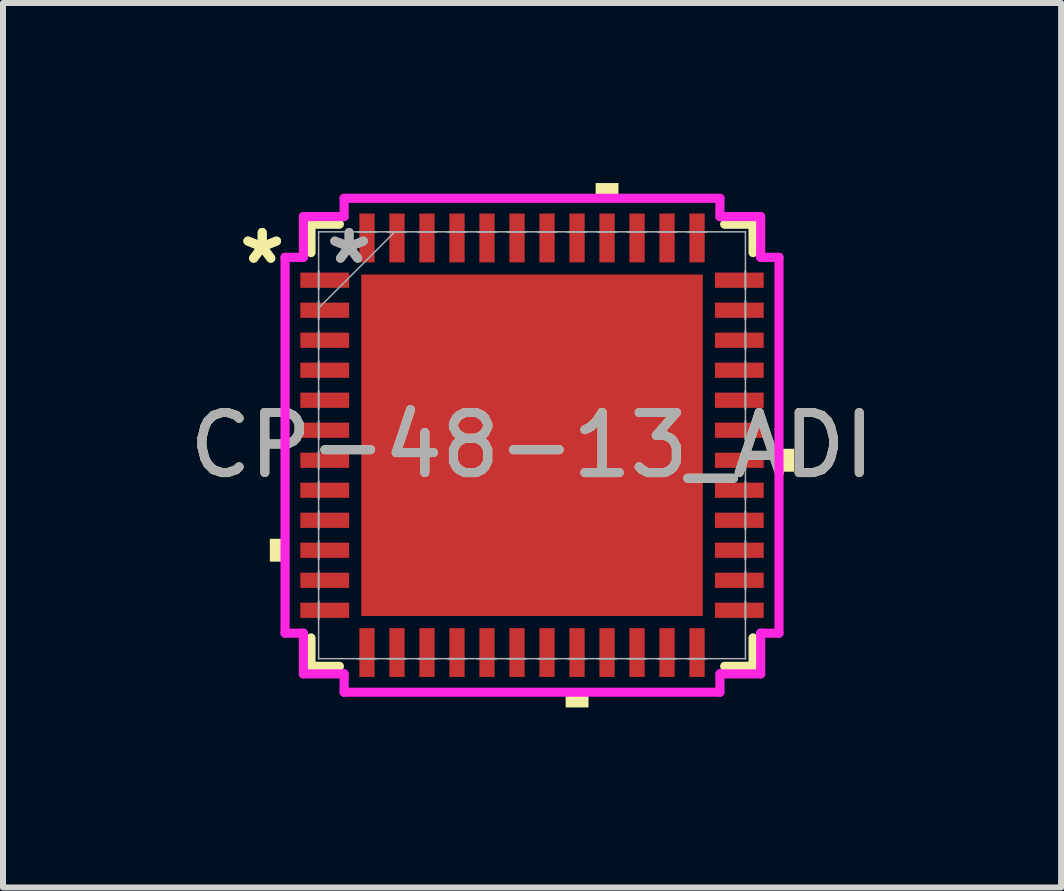
<source format=kicad_pcb>
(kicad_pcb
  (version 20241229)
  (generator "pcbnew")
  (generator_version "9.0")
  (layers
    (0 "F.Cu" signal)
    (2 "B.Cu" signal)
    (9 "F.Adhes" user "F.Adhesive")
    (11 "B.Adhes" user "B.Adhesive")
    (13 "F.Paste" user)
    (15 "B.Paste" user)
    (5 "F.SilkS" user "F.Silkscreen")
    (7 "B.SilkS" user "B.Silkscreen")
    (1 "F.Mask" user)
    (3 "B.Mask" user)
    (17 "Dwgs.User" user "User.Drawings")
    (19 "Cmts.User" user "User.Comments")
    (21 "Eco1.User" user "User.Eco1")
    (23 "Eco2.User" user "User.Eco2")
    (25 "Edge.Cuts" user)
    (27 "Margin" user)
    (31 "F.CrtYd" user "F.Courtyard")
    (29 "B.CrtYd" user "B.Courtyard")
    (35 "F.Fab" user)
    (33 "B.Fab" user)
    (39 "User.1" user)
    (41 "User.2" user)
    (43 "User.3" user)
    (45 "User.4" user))
  (footprint "CP-48-13_ADI"
    (layer "F.Cu")
    (at 5.815 4.369)
    (property "Reference" "CP-48-13_ADI" (at 0 0 0) (unlocked yes) (layer "F.SilkS") (effects (font (size 1 1) (thickness 0.15))))
    (attr smd)
    (fp_line (start -3.683 -3.683) (end -3.683 -3.21) (stroke (width 0.152) (type solid)) (layer "F.SilkS"))
    (fp_line (start -3.683 3.21) (end -3.683 3.683) (stroke (width 0.152) (type solid)) (layer "F.SilkS"))
    (fp_line (start -3.683 3.683) (end -3.21 3.683) (stroke (width 0.152) (type solid)) (layer "F.SilkS"))
    (fp_line (start -3.21 -3.683) (end -3.683 -3.683) (stroke (width 0.152) (type solid)) (layer "F.SilkS"))
    (fp_line (start 3.21 3.683) (end 3.683 3.683) (stroke (width 0.152) (type solid)) (layer "F.SilkS"))
    (fp_line (start 3.683 -3.683) (end 3.21 -3.683) (stroke (width 0.152) (type solid)) (layer "F.SilkS"))
    (fp_line (start 3.683 -3.21) (end 3.683 -3.683) (stroke (width 0.152) (type solid)) (layer "F.SilkS"))
    (fp_line (start 3.683 3.683) (end 3.683 3.21) (stroke (width 0.152) (type solid)) (layer "F.SilkS"))
    (fp_poly (pts (xy -4.369 1.559) (xy -4.369 1.94) (xy -4.115 1.94) (xy -4.115 1.559)) (stroke (width 0) (type solid)) (fill yes) (layer "F.SilkS"))
    (fp_poly (pts (xy 0.56 4.115) (xy 0.56 4.369) (xy 0.941 4.369) (xy 0.941 4.115)) (stroke (width 0) (type solid)) (fill yes) (layer "F.SilkS"))
    (fp_poly (pts (xy 1.06 -4.115) (xy 1.06 -4.369) (xy 1.44 -4.369) (xy 1.44 -4.115)) (stroke (width 0) (type solid)) (fill yes) (layer "F.SilkS"))
    (fp_poly (pts (xy 4.369 0.059) (xy 4.369 0.441) (xy 4.115 0.441) (xy 4.115 0.059)) (stroke (width 0) (type solid)) (fill yes) (layer "F.SilkS"))
    (fp_poly (pts (xy -2.745 -2.745) (xy -2.745 -1.522) (xy -1.522 -1.522) (xy -1.522 -2.745)) (stroke (width 0) (type solid)) (fill yes) (layer "F.Paste"))
    (fp_poly (pts (xy -2.745 -1.322) (xy -2.745 -0.1) (xy -1.522 -0.1) (xy -1.522 -1.322)) (stroke (width 0) (type solid)) (fill yes) (layer "F.Paste"))
    (fp_poly (pts (xy -2.745 0.1) (xy -2.745 1.322) (xy -1.522 1.322) (xy -1.522 0.1)) (stroke (width 0) (type solid)) (fill yes) (layer "F.Paste"))
    (fp_poly (pts (xy -2.745 1.522) (xy -2.745 2.745) (xy -1.522 2.745) (xy -1.522 1.522)) (stroke (width 0) (type solid)) (fill yes) (layer "F.Paste"))
    (fp_poly (pts (xy -1.322 -2.745) (xy -1.322 -1.522) (xy -0.1 -1.522) (xy -0.1 -2.745)) (stroke (width 0) (type solid)) (fill yes) (layer "F.Paste"))
    (fp_poly (pts (xy -1.322 -1.322) (xy -1.322 -0.1) (xy -0.1 -0.1) (xy -0.1 -1.322)) (stroke (width 0) (type solid)) (fill yes) (layer "F.Paste"))
    (fp_poly (pts (xy -1.322 0.1) (xy -1.322 1.322) (xy -0.1 1.322) (xy -0.1 0.1)) (stroke (width 0) (type solid)) (fill yes) (layer "F.Paste"))
    (fp_poly (pts (xy -1.322 1.522) (xy -1.322 2.745) (xy -0.1 2.745) (xy -0.1 1.522)) (stroke (width 0) (type solid)) (fill yes) (layer "F.Paste"))
    (fp_poly (pts (xy 0.1 -2.745) (xy 0.1 -1.522) (xy 1.322 -1.522) (xy 1.322 -2.745)) (stroke (width 0) (type solid)) (fill yes) (layer "F.Paste"))
    (fp_poly (pts (xy 0.1 -1.322) (xy 0.1 -0.1) (xy 1.322 -0.1) (xy 1.322 -1.322)) (stroke (width 0) (type solid)) (fill yes) (layer "F.Paste"))
    (fp_poly (pts (xy 0.1 0.1) (xy 0.1 1.322) (xy 1.322 1.322) (xy 1.322 0.1)) (stroke (width 0) (type solid)) (fill yes) (layer "F.Paste"))
    (fp_poly (pts (xy 0.1 1.522) (xy 0.1 2.745) (xy 1.322 2.745) (xy 1.322 1.522)) (stroke (width 0) (type solid)) (fill yes) (layer "F.Paste"))
    (fp_poly (pts (xy 1.522 -2.745) (xy 1.522 -1.522) (xy 2.745 -1.522) (xy 2.745 -2.745)) (stroke (width 0) (type solid)) (fill yes) (layer "F.Paste"))
    (fp_poly (pts (xy 1.522 -1.322) (xy 1.522 -0.1) (xy 2.745 -0.1) (xy 2.745 -1.322)) (stroke (width 0) (type solid)) (fill yes) (layer "F.Paste"))
    (fp_poly (pts (xy 1.522 0.1) (xy 1.522 1.322) (xy 2.745 1.322) (xy 2.745 0.1)) (stroke (width 0) (type solid)) (fill yes) (layer "F.Paste"))
    (fp_poly (pts (xy 1.522 1.522) (xy 1.522 2.745) (xy 2.745 2.745) (xy 2.745 1.522)) (stroke (width 0) (type solid)) (fill yes) (layer "F.Paste"))
    (fp_line (start -4.115 -3.131) (end -3.81 -3.131) (stroke (width 0.152) (type solid)) (layer "F.CrtYd"))
    (fp_line (start -4.115 3.131) (end -4.115 -3.131) (stroke (width 0.152) (type solid)) (layer "F.CrtYd"))
    (fp_line (start -3.81 -3.81) (end -3.131 -3.81) (stroke (width 0.152) (type solid)) (layer "F.CrtYd"))
    (fp_line (start -3.81 -3.131) (end -3.81 -3.81) (stroke (width 0.152) (type solid)) (layer "F.CrtYd"))
    (fp_line (start -3.81 3.131) (end -4.115 3.131) (stroke (width 0.152) (type solid)) (layer "F.CrtYd"))
    (fp_line (start -3.81 3.81) (end -3.81 3.131) (stroke (width 0.152) (type solid)) (layer "F.CrtYd"))
    (fp_line (start -3.131 -4.115) (end 3.131 -4.115) (stroke (width 0.152) (type solid)) (layer "F.CrtYd"))
    (fp_line (start -3.131 -3.81) (end -3.131 -4.115) (stroke (width 0.152) (type solid)) (layer "F.CrtYd"))
    (fp_line (start -3.131 3.81) (end -3.81 3.81) (stroke (width 0.152) (type solid)) (layer "F.CrtYd"))
    (fp_line (start -3.131 4.115) (end -3.131 3.81) (stroke (width 0.152) (type solid)) (layer "F.CrtYd"))
    (fp_line (start 3.131 -4.115) (end 3.131 -3.81) (stroke (width 0.152) (type solid)) (layer "F.CrtYd"))
    (fp_line (start 3.131 -3.81) (end 3.81 -3.81) (stroke (width 0.152) (type solid)) (layer "F.CrtYd"))
    (fp_line (start 3.131 3.81) (end 3.131 4.115) (stroke (width 0.152) (type solid)) (layer "F.CrtYd"))
    (fp_line (start 3.131 4.115) (end -3.131 4.115) (stroke (width 0.152) (type solid)) (layer "F.CrtYd"))
    (fp_line (start 3.81 -3.81) (end 3.81 -3.131) (stroke (width 0.152) (type solid)) (layer "F.CrtYd"))
    (fp_line (start 3.81 -3.131) (end 4.115 -3.131) (stroke (width 0.152) (type solid)) (layer "F.CrtYd"))
    (fp_line (start 3.81 3.131) (end 3.81 3.81) (stroke (width 0.152) (type solid)) (layer "F.CrtYd"))
    (fp_line (start 3.81 3.81) (end 3.131 3.81) (stroke (width 0.152) (type solid)) (layer "F.CrtYd"))
    (fp_line (start 4.115 -3.131) (end 4.115 3.131) (stroke (width 0.152) (type solid)) (layer "F.CrtYd"))
    (fp_line (start 4.115 3.131) (end 3.81 3.131) (stroke (width 0.152) (type solid)) (layer "F.CrtYd"))
    (fp_line (start -3.556 -3.556) (end -3.556 -3.556) (stroke (width 0.025) (type solid)) (layer "F.Fab"))
    (fp_line (start -3.556 -3.556) (end -3.556 3.556) (stroke (width 0.025) (type solid)) (layer "F.Fab"))
    (fp_line (start -3.556 -2.902) (end -3.556 -2.902) (stroke (width 0.025) (type solid)) (layer "F.Fab"))
    (fp_line (start -3.556 -2.902) (end -3.556 -2.598) (stroke (width 0.025) (type solid)) (layer "F.Fab"))
    (fp_line (start -3.556 -2.598) (end -3.556 -2.902) (stroke (width 0.025) (type solid)) (layer "F.Fab"))
    (fp_line (start -3.556 -2.598) (end -3.556 -2.598) (stroke (width 0.025) (type solid)) (layer "F.Fab"))
    (fp_line (start -3.556 -2.402) (end -3.556 -2.402) (stroke (width 0.025) (type solid)) (layer "F.Fab"))
    (fp_line (start -3.556 -2.402) (end -3.556 -2.098) (stroke (width 0.025) (type solid)) (layer "F.Fab"))
    (fp_line (start -3.556 -2.286) (end -2.286 -3.556) (stroke (width 0.025) (type solid)) (layer "F.Fab"))
    (fp_line (start -3.556 -2.098) (end -3.556 -2.402) (stroke (width 0.025) (type solid)) (layer "F.Fab"))
    (fp_line (start -3.556 -2.098) (end -3.556 -2.098) (stroke (width 0.025) (type solid)) (layer "F.Fab"))
    (fp_line (start -3.556 -1.902) (end -3.556 -1.902) (stroke (width 0.025) (type solid)) (layer "F.Fab"))
    (fp_line (start -3.556 -1.902) (end -3.556 -1.598) (stroke (width 0.025) (type solid)) (layer "F.Fab"))
    (fp_line (start -3.556 -1.598) (end -3.556 -1.902) (stroke (width 0.025) (type solid)) (layer "F.Fab"))
    (fp_line (start -3.556 -1.598) (end -3.556 -1.598) (stroke (width 0.025) (type solid)) (layer "F.Fab"))
    (fp_line (start -3.556 -1.402) (end -3.556 -1.402) (stroke (width 0.025) (type solid)) (layer "F.Fab"))
    (fp_line (start -3.556 -1.402) (end -3.556 -1.098) (stroke (width 0.025) (type solid)) (layer "F.Fab"))
    (fp_line (start -3.556 -1.098) (end -3.556 -1.402) (stroke (width 0.025) (type solid)) (layer "F.Fab"))
    (fp_line (start -3.556 -1.098) (end -3.556 -1.098) (stroke (width 0.025) (type solid)) (layer "F.Fab"))
    (fp_line (start -3.556 -0.902) (end -3.556 -0.902) (stroke (width 0.025) (type solid)) (layer "F.Fab"))
    (fp_line (start -3.556 -0.902) (end -3.556 -0.598) (stroke (width 0.025) (type solid)) (layer "F.Fab"))
    (fp_line (start -3.556 -0.598) (end -3.556 -0.902) (stroke (width 0.025) (type solid)) (layer "F.Fab"))
    (fp_line (start -3.556 -0.598) (end -3.556 -0.598) (stroke (width 0.025) (type solid)) (layer "F.Fab"))
    (fp_line (start -3.556 -0.402) (end -3.556 -0.402) (stroke (width 0.025) (type solid)) (layer "F.Fab"))
    (fp_line (start -3.556 -0.402) (end -3.556 -0.098) (stroke (width 0.025) (type solid)) (layer "F.Fab"))
    (fp_line (start -3.556 -0.098) (end -3.556 -0.402) (stroke (width 0.025) (type solid)) (layer "F.Fab"))
    (fp_line (start -3.556 -0.098) (end -3.556 -0.098) (stroke (width 0.025) (type solid)) (layer "F.Fab"))
    (fp_line (start -3.556 0.098) (end -3.556 0.098) (stroke (width 0.025) (type solid)) (layer "F.Fab"))
    (fp_line (start -3.556 0.098) (end -3.556 0.402) (stroke (width 0.025) (type solid)) (layer "F.Fab"))
    (fp_line (start -3.556 0.402) (end -3.556 0.098) (stroke (width 0.025) (type solid)) (layer "F.Fab"))
    (fp_line (start -3.556 0.402) (end -3.556 0.402) (stroke (width 0.025) (type solid)) (layer "F.Fab"))
    (fp_line (start -3.556 0.598) (end -3.556 0.598) (stroke (width 0.025) (type solid)) (layer "F.Fab"))
    (fp_line (start -3.556 0.598) (end -3.556 0.902) (stroke (width 0.025) (type solid)) (layer "F.Fab"))
    (fp_line (start -3.556 0.902) (end -3.556 0.598) (stroke (width 0.025) (type solid)) (layer "F.Fab"))
    (fp_line (start -3.556 0.902) (end -3.556 0.902) (stroke (width 0.025) (type solid)) (layer "F.Fab"))
    (fp_line (start -3.556 1.098) (end -3.556 1.098) (stroke (width 0.025) (type solid)) (layer "F.Fab"))
    (fp_line (start -3.556 1.098) (end -3.556 1.402) (stroke (width 0.025) (type solid)) (layer "F.Fab"))
    (fp_line (start -3.556 1.402) (end -3.556 1.098) (stroke (width 0.025) (type solid)) (layer "F.Fab"))
    (fp_line (start -3.556 1.402) (end -3.556 1.402) (stroke (width 0.025) (type solid)) (layer "F.Fab"))
    (fp_line (start -3.556 1.598) (end -3.556 1.598) (stroke (width 0.025) (type solid)) (layer "F.Fab"))
    (fp_line (start -3.556 1.598) (end -3.556 1.902) (stroke (width 0.025) (type solid)) (layer "F.Fab"))
    (fp_line (start -3.556 1.902) (end -3.556 1.598) (stroke (width 0.025) (type solid)) (layer "F.Fab"))
    (fp_line (start -3.556 1.902) (end -3.556 1.902) (stroke (width 0.025) (type solid)) (layer "F.Fab"))
    (fp_line (start -3.556 2.098) (end -3.556 2.098) (stroke (width 0.025) (type solid)) (layer "F.Fab"))
    (fp_line (start -3.556 2.098) (end -3.556 2.402) (stroke (width 0.025) (type solid)) (layer "F.Fab"))
    (fp_line (start -3.556 2.402) (end -3.556 2.098) (stroke (width 0.025) (type solid)) (layer "F.Fab"))
    (fp_line (start -3.556 2.402) (end -3.556 2.402) (stroke (width 0.025) (type solid)) (layer "F.Fab"))
    (fp_line (start -3.556 2.598) (end -3.556 2.598) (stroke (width 0.025) (type solid)) (layer "F.Fab"))
    (fp_line (start -3.556 2.598) (end -3.556 2.902) (stroke (width 0.025) (type solid)) (layer "F.Fab"))
    (fp_line (start -3.556 2.902) (end -3.556 2.598) (stroke (width 0.025) (type solid)) (layer "F.Fab"))
    (fp_line (start -3.556 2.902) (end -3.556 2.902) (stroke (width 0.025) (type solid)) (layer "F.Fab"))
    (fp_line (start -3.556 3.556) (end -3.556 3.556) (stroke (width 0.025) (type solid)) (layer "F.Fab"))
    (fp_line (start -3.556 3.556) (end 3.556 3.556) (stroke (width 0.025) (type solid)) (layer "F.Fab"))
    (fp_line (start -2.902 -3.556) (end -2.902 -3.556) (stroke (width 0.025) (type solid)) (layer "F.Fab"))
    (fp_line (start -2.902 -3.556) (end -2.598 -3.556) (stroke (width 0.025) (type solid)) (layer "F.Fab"))
    (fp_line (start -2.902 3.556) (end -2.902 3.556) (stroke (width 0.025) (type solid)) (layer "F.Fab"))
    (fp_line (start -2.902 3.556) (end -2.598 3.556) (stroke (width 0.025) (type solid)) (layer "F.Fab"))
    (fp_line (start -2.598 -3.556) (end -2.902 -3.556) (stroke (width 0.025) (type solid)) (layer "F.Fab"))
    (fp_line (start -2.598 -3.556) (end -2.598 -3.556) (stroke (width 0.025) (type solid)) (layer "F.Fab"))
    (fp_line (start -2.598 3.556) (end -2.902 3.556) (stroke (width 0.025) (type solid)) (layer "F.Fab"))
    (fp_line (start -2.598 3.556) (end -2.598 3.556) (stroke (width 0.025) (type solid)) (layer "F.Fab"))
    (fp_line (start -2.402 -3.556) (end -2.402 -3.556) (stroke (width 0.025) (type solid)) (layer "F.Fab"))
    (fp_line (start -2.402 -3.556) (end -2.098 -3.556) (stroke (width 0.025) (type solid)) (layer "F.Fab"))
    (fp_line (start -2.402 3.556) (end -2.402 3.556) (stroke (width 0.025) (type solid)) (layer "F.Fab"))
    (fp_line (start -2.402 3.556) (end -2.098 3.556) (stroke (width 0.025) (type solid)) (layer "F.Fab"))
    (fp_line (start -2.098 -3.556) (end -2.402 -3.556) (stroke (width 0.025) (type solid)) (layer "F.Fab"))
    (fp_line (start -2.098 -3.556) (end -2.098 -3.556) (stroke (width 0.025) (type solid)) (layer "F.Fab"))
    (fp_line (start -2.098 3.556) (end -2.402 3.556) (stroke (width 0.025) (type solid)) (layer "F.Fab"))
    (fp_line (start -2.098 3.556) (end -2.098 3.556) (stroke (width 0.025) (type solid)) (layer "F.Fab"))
    (fp_line (start -1.902 -3.556) (end -1.902 -3.556) (stroke (width 0.025) (type solid)) (layer "F.Fab"))
    (fp_line (start -1.902 -3.556) (end -1.598 -3.556) (stroke (width 0.025) (type solid)) (layer "F.Fab"))
    (fp_line (start -1.902 3.556) (end -1.902 3.556) (stroke (width 0.025) (type solid)) (layer "F.Fab"))
    (fp_line (start -1.902 3.556) (end -1.598 3.556) (stroke (width 0.025) (type solid)) (layer "F.Fab"))
    (fp_line (start -1.598 -3.556) (end -1.902 -3.556) (stroke (width 0.025) (type solid)) (layer "F.Fab"))
    (fp_line (start -1.598 -3.556) (end -1.598 -3.556) (stroke (width 0.025) (type solid)) (layer "F.Fab"))
    (fp_line (start -1.598 3.556) (end -1.902 3.556) (stroke (width 0.025) (type solid)) (layer "F.Fab"))
    (fp_line (start -1.598 3.556) (end -1.598 3.556) (stroke (width 0.025) (type solid)) (layer "F.Fab"))
    (fp_line (start -1.402 -3.556) (end -1.402 -3.556) (stroke (width 0.025) (type solid)) (layer "F.Fab"))
    (fp_line (start -1.402 -3.556) (end -1.098 -3.556) (stroke (width 0.025) (type solid)) (layer "F.Fab"))
    (fp_line (start -1.402 3.556) (end -1.402 3.556) (stroke (width 0.025) (type solid)) (layer "F.Fab"))
    (fp_line (start -1.402 3.556) (end -1.098 3.556) (stroke (width 0.025) (type solid)) (layer "F.Fab"))
    (fp_line (start -1.098 -3.556) (end -1.402 -3.556) (stroke (width 0.025) (type solid)) (layer "F.Fab"))
    (fp_line (start -1.098 -3.556) (end -1.098 -3.556) (stroke (width 0.025) (type solid)) (layer "F.Fab"))
    (fp_line (start -1.098 3.556) (end -1.402 3.556) (stroke (width 0.025) (type solid)) (layer "F.Fab"))
    (fp_line (start -1.098 3.556) (end -1.098 3.556) (stroke (width 0.025) (type solid)) (layer "F.Fab"))
    (fp_line (start -0.902 -3.556) (end -0.902 -3.556) (stroke (width 0.025) (type solid)) (layer "F.Fab"))
    (fp_line (start -0.902 -3.556) (end -0.598 -3.556) (stroke (width 0.025) (type solid)) (layer "F.Fab"))
    (fp_line (start -0.902 3.556) (end -0.902 3.556) (stroke (width 0.025) (type solid)) (layer "F.Fab"))
    (fp_line (start -0.902 3.556) (end -0.598 3.556) (stroke (width 0.025) (type solid)) (layer "F.Fab"))
    (fp_line (start -0.598 -3.556) (end -0.902 -3.556) (stroke (width 0.025) (type solid)) (layer "F.Fab"))
    (fp_line (start -0.598 -3.556) (end -0.598 -3.556) (stroke (width 0.025) (type solid)) (layer "F.Fab"))
    (fp_line (start -0.598 3.556) (end -0.902 3.556) (stroke (width 0.025) (type solid)) (layer "F.Fab"))
    (fp_line (start -0.598 3.556) (end -0.598 3.556) (stroke (width 0.025) (type solid)) (layer "F.Fab"))
    (fp_line (start -0.402 -3.556) (end -0.402 -3.556) (stroke (width 0.025) (type solid)) (layer "F.Fab"))
    (fp_line (start -0.402 -3.556) (end -0.098 -3.556) (stroke (width 0.025) (type solid)) (layer "F.Fab"))
    (fp_line (start -0.402 3.556) (end -0.402 3.556) (stroke (width 0.025) (type solid)) (layer "F.Fab"))
    (fp_line (start -0.402 3.556) (end -0.098 3.556) (stroke (width 0.025) (type solid)) (layer "F.Fab"))
    (fp_line (start -0.098 -3.556) (end -0.402 -3.556) (stroke (width 0.025) (type solid)) (layer "F.Fab"))
    (fp_line (start -0.098 -3.556) (end -0.098 -3.556) (stroke (width 0.025) (type solid)) (layer "F.Fab"))
    (fp_line (start -0.098 3.556) (end -0.402 3.556) (stroke (width 0.025) (type solid)) (layer "F.Fab"))
    (fp_line (start -0.098 3.556) (end -0.098 3.556) (stroke (width 0.025) (type solid)) (layer "F.Fab"))
    (fp_line (start 0.098 -3.556) (end 0.098 -3.556) (stroke (width 0.025) (type solid)) (layer "F.Fab"))
    (fp_line (start 0.098 -3.556) (end 0.402 -3.556) (stroke (width 0.025) (type solid)) (layer "F.Fab"))
    (fp_line (start 0.098 3.556) (end 0.098 3.556) (stroke (width 0.025) (type solid)) (layer "F.Fab"))
    (fp_line (start 0.098 3.556) (end 0.402 3.556) (stroke (width 0.025) (type solid)) (layer "F.Fab"))
    (fp_line (start 0.402 -3.556) (end 0.098 -3.556) (stroke (width 0.025) (type solid)) (layer "F.Fab"))
    (fp_line (start 0.402 -3.556) (end 0.402 -3.556) (stroke (width 0.025) (type solid)) (layer "F.Fab"))
    (fp_line (start 0.402 3.556) (end 0.098 3.556) (stroke (width 0.025) (type solid)) (layer "F.Fab"))
    (fp_line (start 0.402 3.556) (end 0.402 3.556) (stroke (width 0.025) (type solid)) (layer "F.Fab"))
    (fp_line (start 0.598 -3.556) (end 0.598 -3.556) (stroke (width 0.025) (type solid)) (layer "F.Fab"))
    (fp_line (start 0.598 -3.556) (end 0.902 -3.556) (stroke (width 0.025) (type solid)) (layer "F.Fab"))
    (fp_line (start 0.598 3.556) (end 0.598 3.556) (stroke (width 0.025) (type solid)) (layer "F.Fab"))
    (fp_line (start 0.598 3.556) (end 0.902 3.556) (stroke (width 0.025) (type solid)) (layer "F.Fab"))
    (fp_line (start 0.902 -3.556) (end 0.598 -3.556) (stroke (width 0.025) (type solid)) (layer "F.Fab"))
    (fp_line (start 0.902 -3.556) (end 0.902 -3.556) (stroke (width 0.025) (type solid)) (layer "F.Fab"))
    (fp_line (start 0.902 3.556) (end 0.598 3.556) (stroke (width 0.025) (type solid)) (layer "F.Fab"))
    (fp_line (start 0.902 3.556) (end 0.902 3.556) (stroke (width 0.025) (type solid)) (layer "F.Fab"))
    (fp_line (start 1.098 -3.556) (end 1.098 -3.556) (stroke (width 0.025) (type solid)) (layer "F.Fab"))
    (fp_line (start 1.098 -3.556) (end 1.402 -3.556) (stroke (width 0.025) (type solid)) (layer "F.Fab"))
    (fp_line (start 1.098 3.556) (end 1.098 3.556) (stroke (width 0.025) (type solid)) (layer "F.Fab"))
    (fp_line (start 1.098 3.556) (end 1.402 3.556) (stroke (width 0.025) (type solid)) (layer "F.Fab"))
    (fp_line (start 1.402 -3.556) (end 1.098 -3.556) (stroke (width 0.025) (type solid)) (layer "F.Fab"))
    (fp_line (start 1.402 -3.556) (end 1.402 -3.556) (stroke (width 0.025) (type solid)) (layer "F.Fab"))
    (fp_line (start 1.402 3.556) (end 1.098 3.556) (stroke (width 0.025) (type solid)) (layer "F.Fab"))
    (fp_line (start 1.402 3.556) (end 1.402 3.556) (stroke (width 0.025) (type solid)) (layer "F.Fab"))
    (fp_line (start 1.598 -3.556) (end 1.598 -3.556) (stroke (width 0.025) (type solid)) (layer "F.Fab"))
    (fp_line (start 1.598 -3.556) (end 1.902 -3.556) (stroke (width 0.025) (type solid)) (layer "F.Fab"))
    (fp_line (start 1.598 3.556) (end 1.598 3.556) (stroke (width 0.025) (type solid)) (layer "F.Fab"))
    (fp_line (start 1.598 3.556) (end 1.902 3.556) (stroke (width 0.025) (type solid)) (layer "F.Fab"))
    (fp_line (start 1.902 -3.556) (end 1.598 -3.556) (stroke (width 0.025) (type solid)) (layer "F.Fab"))
    (fp_line (start 1.902 -3.556) (end 1.902 -3.556) (stroke (width 0.025) (type solid)) (layer "F.Fab"))
    (fp_line (start 1.902 3.556) (end 1.598 3.556) (stroke (width 0.025) (type solid)) (layer "F.Fab"))
    (fp_line (start 1.902 3.556) (end 1.902 3.556) (stroke (width 0.025) (type solid)) (layer "F.Fab"))
    (fp_line (start 2.098 -3.556) (end 2.098 -3.556) (stroke (width 0.025) (type solid)) (layer "F.Fab"))
    (fp_line (start 2.098 -3.556) (end 2.402 -3.556) (stroke (width 0.025) (type solid)) (layer "F.Fab"))
    (fp_line (start 2.098 3.556) (end 2.098 3.556) (stroke (width 0.025) (type solid)) (layer "F.Fab"))
    (fp_line (start 2.098 3.556) (end 2.402 3.556) (stroke (width 0.025) (type solid)) (layer "F.Fab"))
    (fp_line (start 2.402 -3.556) (end 2.098 -3.556) (stroke (width 0.025) (type solid)) (layer "F.Fab"))
    (fp_line (start 2.402 -3.556) (end 2.402 -3.556) (stroke (width 0.025) (type solid)) (layer "F.Fab"))
    (fp_line (start 2.402 3.556) (end 2.098 3.556) (stroke (width 0.025) (type solid)) (layer "F.Fab"))
    (fp_line (start 2.402 3.556) (end 2.402 3.556) (stroke (width 0.025) (type solid)) (layer "F.Fab"))
    (fp_line (start 2.598 -3.556) (end 2.598 -3.556) (stroke (width 0.025) (type solid)) (layer "F.Fab"))
    (fp_line (start 2.598 -3.556) (end 2.902 -3.556) (stroke (width 0.025) (type solid)) (layer "F.Fab"))
    (fp_line (start 2.598 3.556) (end 2.598 3.556) (stroke (width 0.025) (type solid)) (layer "F.Fab"))
    (fp_line (start 2.598 3.556) (end 2.902 3.556) (stroke (width 0.025) (type solid)) (layer "F.Fab"))
    (fp_line (start 2.902 -3.556) (end 2.598 -3.556) (stroke (width 0.025) (type solid)) (layer "F.Fab"))
    (fp_line (start 2.902 -3.556) (end 2.902 -3.556) (stroke (width 0.025) (type solid)) (layer "F.Fab"))
    (fp_line (start 2.902 3.556) (end 2.598 3.556) (stroke (width 0.025) (type solid)) (layer "F.Fab"))
    (fp_line (start 2.902 3.556) (end 2.902 3.556) (stroke (width 0.025) (type solid)) (layer "F.Fab"))
    (fp_line (start 3.556 -3.556) (end -3.556 -3.556) (stroke (width 0.025) (type solid)) (layer "F.Fab"))
    (fp_line (start 3.556 -3.556) (end 3.556 -3.556) (stroke (width 0.025) (type solid)) (layer "F.Fab"))
    (fp_line (start 3.556 -2.902) (end 3.556 -2.902) (stroke (width 0.025) (type solid)) (layer "F.Fab"))
    (fp_line (start 3.556 -2.902) (end 3.556 -2.598) (stroke (width 0.025) (type solid)) (layer "F.Fab"))
    (fp_line (start 3.556 -2.598) (end 3.556 -2.902) (stroke (width 0.025) (type solid)) (layer "F.Fab"))
    (fp_line (start 3.556 -2.598) (end 3.556 -2.598) (stroke (width 0.025) (type solid)) (layer "F.Fab"))
    (fp_line (start 3.556 -2.402) (end 3.556 -2.402) (stroke (width 0.025) (type solid)) (layer "F.Fab"))
    (fp_line (start 3.556 -2.402) (end 3.556 -2.098) (stroke (width 0.025) (type solid)) (layer "F.Fab"))
    (fp_line (start 3.556 -2.098) (end 3.556 -2.402) (stroke (width 0.025) (type solid)) (layer "F.Fab"))
    (fp_line (start 3.556 -2.098) (end 3.556 -2.098) (stroke (width 0.025) (type solid)) (layer "F.Fab"))
    (fp_line (start 3.556 -1.902) (end 3.556 -1.902) (stroke (width 0.025) (type solid)) (layer "F.Fab"))
    (fp_line (start 3.556 -1.902) (end 3.556 -1.598) (stroke (width 0.025) (type solid)) (layer "F.Fab"))
    (fp_line (start 3.556 -1.598) (end 3.556 -1.902) (stroke (width 0.025) (type solid)) (layer "F.Fab"))
    (fp_line (start 3.556 -1.598) (end 3.556 -1.598) (stroke (width 0.025) (type solid)) (layer "F.Fab"))
    (fp_line (start 3.556 -1.402) (end 3.556 -1.402) (stroke (width 0.025) (type solid)) (layer "F.Fab"))
    (fp_line (start 3.556 -1.402) (end 3.556 -1.098) (stroke (width 0.025) (type solid)) (layer "F.Fab"))
    (fp_line (start 3.556 -1.098) (end 3.556 -1.402) (stroke (width 0.025) (type solid)) (layer "F.Fab"))
    (fp_line (start 3.556 -1.098) (end 3.556 -1.098) (stroke (width 0.025) (type solid)) (layer "F.Fab"))
    (fp_line (start 3.556 -0.902) (end 3.556 -0.902) (stroke (width 0.025) (type solid)) (layer "F.Fab"))
    (fp_line (start 3.556 -0.902) (end 3.556 -0.598) (stroke (width 0.025) (type solid)) (layer "F.Fab"))
    (fp_line (start 3.556 -0.598) (end 3.556 -0.902) (stroke (width 0.025) (type solid)) (layer "F.Fab"))
    (fp_line (start 3.556 -0.598) (end 3.556 -0.598) (stroke (width 0.025) (type solid)) (layer "F.Fab"))
    (fp_line (start 3.556 -0.402) (end 3.556 -0.402) (stroke (width 0.025) (type solid)) (layer "F.Fab"))
    (fp_line (start 3.556 -0.402) (end 3.556 -0.098) (stroke (width 0.025) (type solid)) (layer "F.Fab"))
    (fp_line (start 3.556 -0.098) (end 3.556 -0.402) (stroke (width 0.025) (type solid)) (layer "F.Fab"))
    (fp_line (start 3.556 -0.098) (end 3.556 -0.098) (stroke (width 0.025) (type solid)) (layer "F.Fab"))
    (fp_line (start 3.556 0.098) (end 3.556 0.098) (stroke (width 0.025) (type solid)) (layer "F.Fab"))
    (fp_line (start 3.556 0.098) (end 3.556 0.402) (stroke (width 0.025) (type solid)) (layer "F.Fab"))
    (fp_line (start 3.556 0.402) (end 3.556 0.098) (stroke (width 0.025) (type solid)) (layer "F.Fab"))
    (fp_line (start 3.556 0.402) (end 3.556 0.402) (stroke (width 0.025) (type solid)) (layer "F.Fab"))
    (fp_line (start 3.556 0.598) (end 3.556 0.598) (stroke (width 0.025) (type solid)) (layer "F.Fab"))
    (fp_line (start 3.556 0.598) (end 3.556 0.902) (stroke (width 0.025) (type solid)) (layer "F.Fab"))
    (fp_line (start 3.556 0.902) (end 3.556 0.598) (stroke (width 0.025) (type solid)) (layer "F.Fab"))
    (fp_line (start 3.556 0.902) (end 3.556 0.902) (stroke (width 0.025) (type solid)) (layer "F.Fab"))
    (fp_line (start 3.556 1.098) (end 3.556 1.098) (stroke (width 0.025) (type solid)) (layer "F.Fab"))
    (fp_line (start 3.556 1.098) (end 3.556 1.402) (stroke (width 0.025) (type solid)) (layer "F.Fab"))
    (fp_line (start 3.556 1.402) (end 3.556 1.098) (stroke (width 0.025) (type solid)) (layer "F.Fab"))
    (fp_line (start 3.556 1.402) (end 3.556 1.402) (stroke (width 0.025) (type solid)) (layer "F.Fab"))
    (fp_line (start 3.556 1.598) (end 3.556 1.598) (stroke (width 0.025) (type solid)) (layer "F.Fab"))
    (fp_line (start 3.556 1.598) (end 3.556 1.902) (stroke (width 0.025) (type solid)) (layer "F.Fab"))
    (fp_line (start 3.556 1.902) (end 3.556 1.598) (stroke (width 0.025) (type solid)) (layer "F.Fab"))
    (fp_line (start 3.556 1.902) (end 3.556 1.902) (stroke (width 0.025) (type solid)) (layer "F.Fab"))
    (fp_line (start 3.556 2.098) (end 3.556 2.098) (stroke (width 0.025) (type solid)) (layer "F.Fab"))
    (fp_line (start 3.556 2.098) (end 3.556 2.402) (stroke (width 0.025) (type solid)) (layer "F.Fab"))
    (fp_line (start 3.556 2.402) (end 3.556 2.098) (stroke (width 0.025) (type solid)) (layer "F.Fab"))
    (fp_line (start 3.556 2.402) (end 3.556 2.402) (stroke (width 0.025) (type solid)) (layer "F.Fab"))
    (fp_line (start 3.556 2.598) (end 3.556 2.598) (stroke (width 0.025) (type solid)) (layer "F.Fab"))
    (fp_line (start 3.556 2.598) (end 3.556 2.902) (stroke (width 0.025) (type solid)) (layer "F.Fab"))
    (fp_line (start 3.556 2.902) (end 3.556 2.598) (stroke (width 0.025) (type solid)) (layer "F.Fab"))
    (fp_line (start 3.556 2.902) (end 3.556 2.902) (stroke (width 0.025) (type solid)) (layer "F.Fab"))
    (fp_line (start 3.556 3.556) (end 3.556 -3.556) (stroke (width 0.025) (type solid)) (layer "F.Fab"))
    (fp_line (start 3.556 3.556) (end 3.556 3.556) (stroke (width 0.025) (type solid)) (layer "F.Fab"))
    (fp_text user "*" (at -4.496 -3 0) (unlocked yes) (layer "F.SilkS") (effects (font (size 1 1) (thickness 0.15))))
    (fp_text user "*" (at -4.496 -3 0) (layer "F.SilkS") (effects (font (size 1 1) (thickness 0.15))))
    (fp_text user "${REFERENCE}" (at 0 0 0) (unlocked yes) (layer "F.Fab") (effects (font (size 1 1) (thickness 0.15))))
    (fp_text user "*" (at -3.048 -3 0) (layer "F.Fab") (effects (font (size 1 1) (thickness 0.15))))
    (fp_text user "*" (at -3.048 -3 0) (unlocked yes) (layer "F.Fab") (effects (font (size 1 1) (thickness 0.15))))
    (pad "1" smd rect (at -3.454 -2.75 90) (size 0.254 0.813) (layers "F.Cu" "F.Mask" "F.Paste"))
    (pad "2" smd rect (at -3.454 -2.25 90) (size 0.254 0.813) (layers "F.Cu" "F.Mask" "F.Paste"))
    (pad "3" smd rect (at -3.454 -1.75 90) (size 0.254 0.813) (layers "F.Cu" "F.Mask" "F.Paste"))
    (pad "4" smd rect (at -3.454 -1.25 90) (size 0.254 0.813) (layers "F.Cu" "F.Mask" "F.Paste"))
    (pad "5" smd rect (at -3.454 -0.75 90) (size 0.254 0.813) (layers "F.Cu" "F.Mask" "F.Paste"))
    (pad "6" smd rect (at -3.454 -0.25 90) (size 0.254 0.813) (layers "F.Cu" "F.Mask" "F.Paste"))
    (pad "7" smd rect (at -3.454 0.25 90) (size 0.254 0.813) (layers "F.Cu" "F.Mask" "F.Paste"))
    (pad "8" smd rect (at -3.454 0.75 90) (size 0.254 0.813) (layers "F.Cu" "F.Mask" "F.Paste"))
    (pad "9" smd rect (at -3.454 1.25 90) (size 0.254 0.813) (layers "F.Cu" "F.Mask" "F.Paste"))
    (pad "10" smd rect (at -3.454 1.75 90) (size 0.254 0.813) (layers "F.Cu" "F.Mask" "F.Paste"))
    (pad "11" smd rect (at -3.454 2.25 90) (size 0.254 0.813) (layers "F.Cu" "F.Mask" "F.Paste"))
    (pad "12" smd rect (at -3.454 2.75 90) (size 0.254 0.813) (layers "F.Cu" "F.Mask" "F.Paste"))
    (pad "13" smd rect (at -2.75 3.454) (size 0.254 0.813) (layers "F.Cu" "F.Mask" "F.Paste"))
    (pad "14" smd rect (at -2.25 3.454) (size 0.254 0.813) (layers "F.Cu" "F.Mask" "F.Paste"))
    (pad "15" smd rect (at -1.75 3.454) (size 0.254 0.813) (layers "F.Cu" "F.Mask" "F.Paste"))
    (pad "16" smd rect (at -1.25 3.454) (size 0.254 0.813) (layers "F.Cu" "F.Mask" "F.Paste"))
    (pad "17" smd rect (at -0.75 3.454) (size 0.254 0.813) (layers "F.Cu" "F.Mask" "F.Paste"))
    (pad "18" smd rect (at -0.25 3.454) (size 0.254 0.813) (layers "F.Cu" "F.Mask" "F.Paste"))
    (pad "19" smd rect (at 0.25 3.454) (size 0.254 0.813) (layers "F.Cu" "F.Mask" "F.Paste"))
    (pad "20" smd rect (at 0.75 3.454) (size 0.254 0.813) (layers "F.Cu" "F.Mask" "F.Paste"))
    (pad "21" smd rect (at 1.25 3.454) (size 0.254 0.813) (layers "F.Cu" "F.Mask" "F.Paste"))
    (pad "22" smd rect (at 1.75 3.454) (size 0.254 0.813) (layers "F.Cu" "F.Mask" "F.Paste"))
    (pad "23" smd rect (at 2.25 3.454) (size 0.254 0.813) (layers "F.Cu" "F.Mask" "F.Paste"))
    (pad "24" smd rect (at 2.75 3.454) (size 0.254 0.813) (layers "F.Cu" "F.Mask" "F.Paste"))
    (pad "25" smd rect (at 3.454 2.75 90) (size 0.254 0.813) (layers "F.Cu" "F.Mask" "F.Paste"))
    (pad "26" smd rect (at 3.454 2.25 90) (size 0.254 0.813) (layers "F.Cu" "F.Mask" "F.Paste"))
    (pad "27" smd rect (at 3.454 1.75 90) (size 0.254 0.813) (layers "F.Cu" "F.Mask" "F.Paste"))
    (pad "28" smd rect (at 3.454 1.25 90) (size 0.254 0.813) (layers "F.Cu" "F.Mask" "F.Paste"))
    (pad "29" smd rect (at 3.454 0.75 90) (size 0.254 0.813) (layers "F.Cu" "F.Mask" "F.Paste"))
    (pad "30" smd rect (at 3.454 0.25 90) (size 0.254 0.813) (layers "F.Cu" "F.Mask" "F.Paste"))
    (pad "31" smd rect (at 3.454 -0.25 90) (size 0.254 0.813) (layers "F.Cu" "F.Mask" "F.Paste"))
    (pad "32" smd rect (at 3.454 -0.75 90) (size 0.254 0.813) (layers "F.Cu" "F.Mask" "F.Paste"))
    (pad "33" smd rect (at 3.454 -1.25 90) (size 0.254 0.813) (layers "F.Cu" "F.Mask" "F.Paste"))
    (pad "34" smd rect (at 3.454 -1.75 90) (size 0.254 0.813) (layers "F.Cu" "F.Mask" "F.Paste"))
    (pad "35" smd rect (at 3.454 -2.25 90) (size 0.254 0.813) (layers "F.Cu" "F.Mask" "F.Paste"))
    (pad "36" smd rect (at 3.454 -2.75 90) (size 0.254 0.813) (layers "F.Cu" "F.Mask" "F.Paste"))
    (pad "37" smd rect (at 2.75 -3.454) (size 0.254 0.813) (layers "F.Cu" "F.Mask" "F.Paste"))
    (pad "38" smd rect (at 2.25 -3.454) (size 0.254 0.813) (layers "F.Cu" "F.Mask" "F.Paste"))
    (pad "39" smd rect (at 1.75 -3.454) (size 0.254 0.813) (layers "F.Cu" "F.Mask" "F.Paste"))
    (pad "40" smd rect (at 1.25 -3.454) (size 0.254 0.813) (layers "F.Cu" "F.Mask" "F.Paste"))
    (pad "41" smd rect (at 0.75 -3.454) (size 0.254 0.813) (layers "F.Cu" "F.Mask" "F.Paste"))
    (pad "42" smd rect (at 0.25 -3.454) (size 0.254 0.813) (layers "F.Cu" "F.Mask" "F.Paste"))
    (pad "43" smd rect (at -0.25 -3.454) (size 0.254 0.813) (layers "F.Cu" "F.Mask" "F.Paste"))
    (pad "44" smd rect (at -0.75 -3.454) (size 0.254 0.813) (layers "F.Cu" "F.Mask" "F.Paste"))
    (pad "45" smd rect (at -1.25 -3.454) (size 0.254 0.813) (layers "F.Cu" "F.Mask" "F.Paste"))
    (pad "46" smd rect (at -1.75 -3.454) (size 0.254 0.813) (layers "F.Cu" "F.Mask" "F.Paste"))
    (pad "47" smd rect (at -2.25 -3.454) (size 0.254 0.813) (layers "F.Cu" "F.Mask" "F.Paste"))
    (pad "48" smd rect (at -2.75 -3.454) (size 0.254 0.813) (layers "F.Cu" "F.Mask" "F.Paste"))
    (pad "49" smd rect (at 0 0) (size 5.69 5.69) (layers "F.Cu" "F.Mask")))
  (gr_rect
    (start -3 -3)
    (end 14.631 11.738)
    (stroke (width 0.1) (type default))
    (fill no)
    (layer "Edge.Cuts")))
</source>
